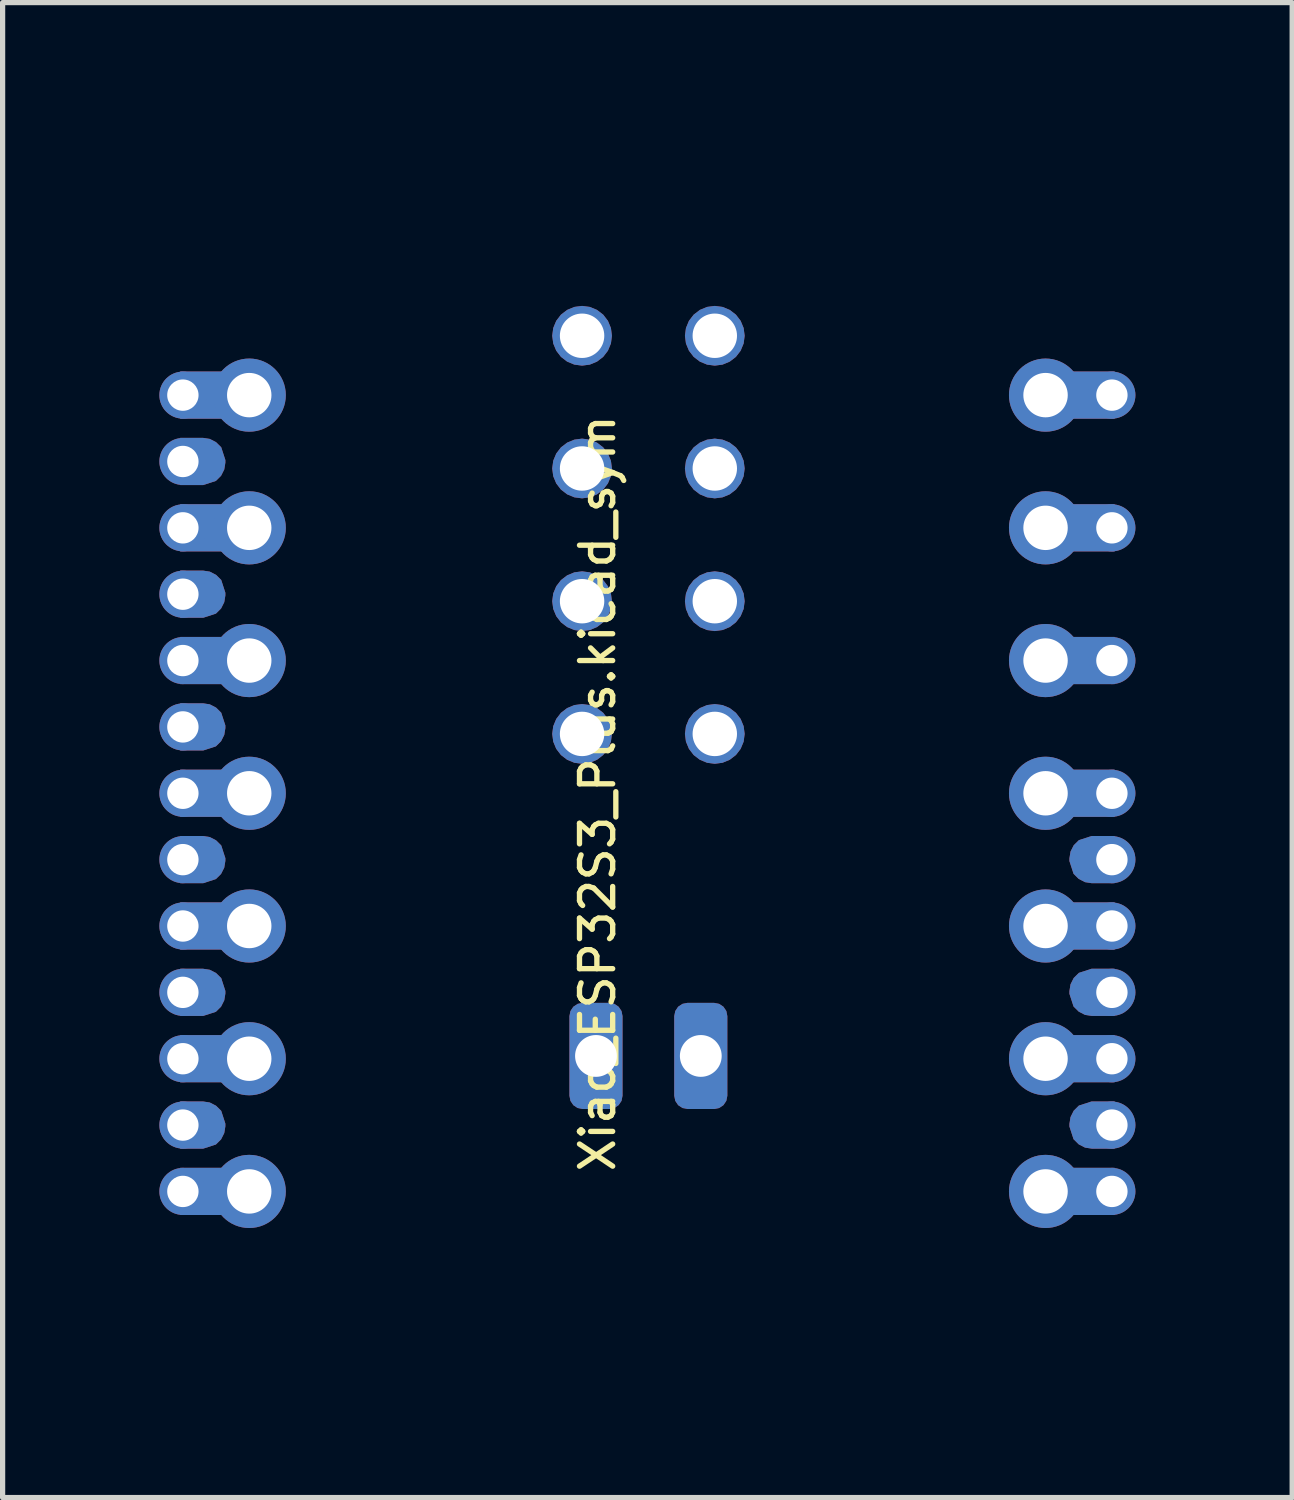
<source format=kicad_pcb>
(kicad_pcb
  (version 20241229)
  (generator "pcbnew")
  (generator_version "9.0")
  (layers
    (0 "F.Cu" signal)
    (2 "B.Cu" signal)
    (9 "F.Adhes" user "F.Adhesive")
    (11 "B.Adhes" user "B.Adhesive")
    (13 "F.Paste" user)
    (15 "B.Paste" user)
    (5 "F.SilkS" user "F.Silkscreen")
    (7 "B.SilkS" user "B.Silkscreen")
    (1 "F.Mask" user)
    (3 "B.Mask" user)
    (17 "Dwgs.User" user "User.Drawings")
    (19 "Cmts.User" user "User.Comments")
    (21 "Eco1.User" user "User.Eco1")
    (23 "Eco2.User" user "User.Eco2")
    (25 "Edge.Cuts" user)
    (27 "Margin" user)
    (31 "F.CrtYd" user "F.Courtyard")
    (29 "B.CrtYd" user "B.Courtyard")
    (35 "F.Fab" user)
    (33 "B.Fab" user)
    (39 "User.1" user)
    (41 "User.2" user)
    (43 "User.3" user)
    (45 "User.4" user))
  (footprint "Xiao_ESP32S3_Plus.kicad_sym"
    (layer "F.Cu")
    (at 9.34 11.618)
    (property "Reference" "Xiao_ESP32S3_Plus.kicad_sym" (at -0.953 0.514 90) (unlocked yes) (layer "F.SilkS") (effects (font (size 0.635 0.635) (thickness 0.102))))
    (attr smd)
    (fp_rect (start -8.941 -7.558) (end -8.077 -6.655) (stroke (width 0) (type default)) (fill yes) (layer "F.Cu"))
    (fp_rect (start -8.941 -5.018) (end -8.077 -4.115) (stroke (width 0) (type default)) (fill yes) (layer "F.Cu"))
    (fp_rect (start -8.941 -2.478) (end -8.077 -1.575) (stroke (width 0) (type default)) (fill yes) (layer "F.Cu"))
    (fp_rect (start -8.941 0.062) (end -8.077 0.965) (stroke (width 0) (type default)) (fill yes) (layer "F.Cu"))
    (fp_rect (start -8.941 2.602) (end -8.077 3.505) (stroke (width 0) (type default)) (fill yes) (layer "F.Cu"))
    (fp_rect (start -8.941 5.142) (end -8.077 6.045) (stroke (width 0) (type default)) (fill yes) (layer "F.Cu"))
    (fp_rect (start -8.941 7.682) (end -8.077 8.585) (stroke (width 0) (type default)) (fill yes) (layer "F.Cu"))
    (fp_rect (start 8.077 -7.558) (end 8.941 -6.655) (stroke (width 0) (type default)) (fill yes) (layer "F.Cu"))
    (fp_rect (start 8.077 -5.018) (end 8.941 -4.115) (stroke (width 0) (type default)) (fill yes) (layer "F.Cu"))
    (fp_rect (start 8.077 -2.478) (end 8.941 -1.575) (stroke (width 0) (type default)) (fill yes) (layer "F.Cu"))
    (fp_rect (start 8.077 0.062) (end 8.941 0.965) (stroke (width 0) (type default)) (fill yes) (layer "F.Cu"))
    (fp_rect (start 8.077 2.602) (end 8.941 3.505) (stroke (width 0) (type default)) (fill yes) (layer "F.Cu"))
    (fp_rect (start 8.077 5.142) (end 8.941 6.045) (stroke (width 0) (type default)) (fill yes) (layer "F.Cu"))
    (fp_rect (start 8.077 7.682) (end 8.941 8.585) (stroke (width 0) (type default)) (fill yes) (layer "F.Cu"))
    (fp_poly (pts (xy -8.375 -6.268) (xy -8.255 -6.206) (xy -8.156 -6.108) (xy -8.077 -5.864) (xy -8.077 -5.812) (xy -8.098 -5.683) (xy -8.159 -5.562) (xy -8.258 -5.464) (xy -8.501 -5.385) (xy -8.941 -5.385) (xy -8.941 -6.288) (xy -8.505 -6.288)) (stroke (width 0) (type default)) (fill yes) (layer "F.Cu"))
    (fp_poly (pts (xy -8.375 -3.728) (xy -8.255 -3.666) (xy -8.156 -3.568) (xy -8.077 -3.324) (xy -8.077 -3.272) (xy -8.098 -3.143) (xy -8.159 -3.022) (xy -8.258 -2.924) (xy -8.501 -2.845) (xy -8.941 -2.845) (xy -8.941 -3.748) (xy -8.505 -3.748)) (stroke (width 0) (type default)) (fill yes) (layer "F.Cu"))
    (fp_poly (pts (xy -8.375 -1.188) (xy -8.255 -1.126) (xy -8.156 -1.028) (xy -8.077 -0.784) (xy -8.077 -0.732) (xy -8.098 -0.603) (xy -8.159 -0.482) (xy -8.258 -0.384) (xy -8.501 -0.305) (xy -8.941 -0.305) (xy -8.941 -1.208) (xy -8.505 -1.208)) (stroke (width 0) (type default)) (fill yes) (layer "F.Cu"))
    (fp_poly (pts (xy -8.375 1.352) (xy -8.255 1.414) (xy -8.156 1.512) (xy -8.077 1.756) (xy -8.077 1.808) (xy -8.098 1.937) (xy -8.159 2.058) (xy -8.258 2.156) (xy -8.501 2.235) (xy -8.941 2.235) (xy -8.941 1.332) (xy -8.505 1.332)) (stroke (width 0) (type default)) (fill yes) (layer "F.Cu"))
    (fp_poly (pts (xy -8.375 3.892) (xy -8.255 3.954) (xy -8.156 4.052) (xy -8.077 4.296) (xy -8.077 4.348) (xy -8.098 4.477) (xy -8.159 4.598) (xy -8.258 4.696) (xy -8.501 4.775) (xy -8.941 4.775) (xy -8.941 3.872) (xy -8.505 3.872)) (stroke (width 0) (type default)) (fill yes) (layer "F.Cu"))
    (fp_poly (pts (xy -8.375 6.432) (xy -8.255 6.494) (xy -8.156 6.592) (xy -8.077 6.836) (xy -8.077 6.888) (xy -8.098 7.017) (xy -8.159 7.138) (xy -8.258 7.236) (xy -8.501 7.315) (xy -8.941 7.315) (xy -8.941 6.412) (xy -8.505 6.412)) (stroke (width 0) (type default)) (fill yes) (layer "F.Cu"))
    (fp_poly (pts (xy 8.375 2.215) (xy 8.255 2.153) (xy 8.156 2.055) (xy 8.077 1.812) (xy 8.077 1.76) (xy 8.098 1.63) (xy 8.159 1.509) (xy 8.258 1.411) (xy 8.501 1.332) (xy 8.941 1.332) (xy 8.941 2.235) (xy 8.505 2.235)) (stroke (width 0) (type default)) (fill yes) (layer "F.Cu"))
    (fp_poly (pts (xy 8.375 4.755) (xy 8.255 4.693) (xy 8.156 4.595) (xy 8.077 4.352) (xy 8.077 4.3) (xy 8.098 4.17) (xy 8.159 4.049) (xy 8.258 3.951) (xy 8.501 3.872) (xy 8.941 3.872) (xy 8.941 4.775) (xy 8.505 4.775)) (stroke (width 0) (type default)) (fill yes) (layer "F.Cu"))
    (fp_poly (pts (xy 8.375 7.295) (xy 8.255 7.233) (xy 8.156 7.135) (xy 8.077 6.892) (xy 8.077 6.84) (xy 8.098 6.71) (xy 8.159 6.589) (xy 8.258 6.491) (xy 8.501 6.412) (xy 8.941 6.412) (xy 8.941 7.315) (xy 8.505 7.315)) (stroke (width 0) (type default)) (fill yes) (layer "F.Cu"))
    (fp_rect (start -8.941 -7.558) (end -8.077 -6.655) (stroke (width 0) (type default)) (fill yes) (layer "F.Mask"))
    (fp_rect (start -8.941 -5.018) (end -8.077 -4.115) (stroke (width 0) (type default)) (fill yes) (layer "F.Mask"))
    (fp_rect (start -8.941 -2.478) (end -8.077 -1.575) (stroke (width 0) (type default)) (fill yes) (layer "F.Mask"))
    (fp_rect (start -8.941 0.062) (end -8.077 0.965) (stroke (width 0) (type default)) (fill yes) (layer "F.Mask"))
    (fp_rect (start -8.941 2.602) (end -8.077 3.505) (stroke (width 0) (type default)) (fill yes) (layer "F.Mask"))
    (fp_rect (start -8.941 5.142) (end -8.077 6.045) (stroke (width 0) (type default)) (fill yes) (layer "F.Mask"))
    (fp_rect (start -8.941 7.682) (end -8.077 8.585) (stroke (width 0) (type default)) (fill yes) (layer "F.Mask"))
    (fp_rect (start 8.077 -7.558) (end 8.941 -6.655) (stroke (width 0) (type default)) (fill yes) (layer "F.Mask"))
    (fp_rect (start 8.077 -5.018) (end 8.941 -4.115) (stroke (width 0) (type default)) (fill yes) (layer "F.Mask"))
    (fp_rect (start 8.077 -2.478) (end 8.941 -1.575) (stroke (width 0) (type default)) (fill yes) (layer "F.Mask"))
    (fp_rect (start 8.077 0.062) (end 8.941 0.965) (stroke (width 0) (type default)) (fill yes) (layer "F.Mask"))
    (fp_rect (start 8.077 2.602) (end 8.941 3.505) (stroke (width 0) (type default)) (fill yes) (layer "F.Mask"))
    (fp_rect (start 8.077 5.142) (end 8.941 6.045) (stroke (width 0) (type default)) (fill yes) (layer "F.Mask"))
    (fp_rect (start 8.077 7.682) (end 8.941 8.585) (stroke (width 0) (type default)) (fill yes) (layer "F.Mask"))
    (fp_poly (pts (xy -8.375 -6.268) (xy -8.255 -6.206) (xy -8.156 -6.108) (xy -8.077 -5.864) (xy -8.077 -5.812) (xy -8.098 -5.683) (xy -8.159 -5.562) (xy -8.258 -5.464) (xy -8.501 -5.385) (xy -8.941 -5.385) (xy -8.941 -6.288) (xy -8.505 -6.288)) (stroke (width 0) (type default)) (fill yes) (layer "F.Mask"))
    (fp_poly (pts (xy -8.375 -3.728) (xy -8.255 -3.666) (xy -8.156 -3.568) (xy -8.077 -3.324) (xy -8.077 -3.272) (xy -8.098 -3.143) (xy -8.159 -3.022) (xy -8.258 -2.924) (xy -8.501 -2.845) (xy -8.941 -2.845) (xy -8.941 -3.748) (xy -8.505 -3.748)) (stroke (width 0) (type default)) (fill yes) (layer "F.Mask"))
    (fp_poly (pts (xy -8.375 -1.188) (xy -8.255 -1.126) (xy -8.156 -1.028) (xy -8.077 -0.784) (xy -8.077 -0.732) (xy -8.098 -0.603) (xy -8.159 -0.482) (xy -8.258 -0.384) (xy -8.501 -0.305) (xy -8.941 -0.305) (xy -8.941 -1.208) (xy -8.505 -1.208)) (stroke (width 0) (type default)) (fill yes) (layer "F.Mask"))
    (fp_poly (pts (xy -8.375 1.352) (xy -8.255 1.414) (xy -8.156 1.512) (xy -8.077 1.756) (xy -8.077 1.808) (xy -8.098 1.937) (xy -8.159 2.058) (xy -8.258 2.156) (xy -8.501 2.235) (xy -8.941 2.235) (xy -8.941 1.332) (xy -8.505 1.332)) (stroke (width 0) (type default)) (fill yes) (layer "F.Mask"))
    (fp_poly (pts (xy -8.375 3.892) (xy -8.255 3.954) (xy -8.156 4.052) (xy -8.077 4.296) (xy -8.077 4.348) (xy -8.098 4.477) (xy -8.159 4.598) (xy -8.258 4.696) (xy -8.501 4.775) (xy -8.941 4.775) (xy -8.941 3.872) (xy -8.505 3.872)) (stroke (width 0) (type default)) (fill yes) (layer "F.Mask"))
    (fp_poly (pts (xy -8.375 6.432) (xy -8.255 6.494) (xy -8.156 6.592) (xy -8.077 6.836) (xy -8.077 6.888) (xy -8.098 7.017) (xy -8.159 7.138) (xy -8.258 7.236) (xy -8.501 7.315) (xy -8.941 7.315) (xy -8.941 6.412) (xy -8.505 6.412)) (stroke (width 0) (type default)) (fill yes) (layer "F.Mask"))
    (fp_poly (pts (xy 8.375 2.215) (xy 8.255 2.153) (xy 8.156 2.055) (xy 8.077 1.812) (xy 8.077 1.76) (xy 8.098 1.63) (xy 8.159 1.509) (xy 8.258 1.411) (xy 8.501 1.332) (xy 8.941 1.332) (xy 8.941 2.235) (xy 8.505 2.235)) (stroke (width 0) (type default)) (fill yes) (layer "F.Mask"))
    (fp_poly (pts (xy 8.375 4.755) (xy 8.255 4.693) (xy 8.156 4.595) (xy 8.077 4.352) (xy 8.077 4.3) (xy 8.098 4.17) (xy 8.159 4.049) (xy 8.258 3.951) (xy 8.501 3.872) (xy 8.941 3.872) (xy 8.941 4.775) (xy 8.505 4.775)) (stroke (width 0) (type default)) (fill yes) (layer "F.Mask"))
    (fp_poly (pts (xy 8.375 7.295) (xy 8.255 7.233) (xy 8.156 7.135) (xy 8.077 6.892) (xy 8.077 6.84) (xy 8.098 6.71) (xy 8.159 6.589) (xy 8.258 6.491) (xy 8.501 6.412) (xy 8.941 6.412) (xy 8.941 7.315) (xy 8.505 7.315)) (stroke (width 0) (type default)) (fill yes) (layer "F.Mask"))
    (fp_rect (start -8.941 -7.558) (end -8.077 -6.655) (stroke (width 0) (type default)) (fill yes) (layer "B.Cu"))
    (fp_rect (start -8.941 -5.018) (end -8.077 -4.115) (stroke (width 0) (type default)) (fill yes) (layer "B.Cu"))
    (fp_rect (start -8.941 -2.478) (end -8.077 -1.575) (stroke (width 0) (type default)) (fill yes) (layer "B.Cu"))
    (fp_rect (start -8.941 0.062) (end -8.077 0.965) (stroke (width 0) (type default)) (fill yes) (layer "B.Cu"))
    (fp_rect (start -8.941 2.602) (end -8.077 3.505) (stroke (width 0) (type default)) (fill yes) (layer "B.Cu"))
    (fp_rect (start -8.941 5.142) (end -8.077 6.045) (stroke (width 0) (type default)) (fill yes) (layer "B.Cu"))
    (fp_rect (start -8.941 7.682) (end -8.077 8.585) (stroke (width 0) (type default)) (fill yes) (layer "B.Cu"))
    (fp_rect (start 8.077 -7.558) (end 8.941 -6.655) (stroke (width 0) (type default)) (fill yes) (layer "B.Cu"))
    (fp_rect (start 8.077 -5.018) (end 8.941 -4.115) (stroke (width 0) (type default)) (fill yes) (layer "B.Cu"))
    (fp_rect (start 8.077 -2.478) (end 8.941 -1.575) (stroke (width 0) (type default)) (fill yes) (layer "B.Cu"))
    (fp_rect (start 8.077 0.062) (end 8.941 0.965) (stroke (width 0) (type default)) (fill yes) (layer "B.Cu"))
    (fp_rect (start 8.077 2.602) (end 8.941 3.505) (stroke (width 0) (type default)) (fill yes) (layer "B.Cu"))
    (fp_rect (start 8.077 5.142) (end 8.941 6.045) (stroke (width 0) (type default)) (fill yes) (layer "B.Cu"))
    (fp_rect (start 8.077 7.682) (end 8.941 8.585) (stroke (width 0) (type default)) (fill yes) (layer "B.Cu"))
    (fp_poly (pts (xy -8.375 -6.268) (xy -8.255 -6.206) (xy -8.156 -6.108) (xy -8.077 -5.864) (xy -8.077 -5.812) (xy -8.098 -5.683) (xy -8.159 -5.562) (xy -8.258 -5.464) (xy -8.501 -5.385) (xy -8.941 -5.385) (xy -8.941 -6.288) (xy -8.505 -6.288)) (stroke (width 0) (type default)) (fill yes) (layer "B.Cu"))
    (fp_poly (pts (xy -8.375 -3.728) (xy -8.255 -3.666) (xy -8.156 -3.568) (xy -8.077 -3.324) (xy -8.077 -3.272) (xy -8.098 -3.143) (xy -8.159 -3.022) (xy -8.258 -2.924) (xy -8.501 -2.845) (xy -8.941 -2.845) (xy -8.941 -3.748) (xy -8.505 -3.748)) (stroke (width 0) (type default)) (fill yes) (layer "B.Cu"))
    (fp_poly (pts (xy -8.375 -1.188) (xy -8.255 -1.126) (xy -8.156 -1.028) (xy -8.077 -0.784) (xy -8.077 -0.732) (xy -8.098 -0.603) (xy -8.159 -0.482) (xy -8.258 -0.384) (xy -8.501 -0.305) (xy -8.941 -0.305) (xy -8.941 -1.208) (xy -8.505 -1.208)) (stroke (width 0) (type default)) (fill yes) (layer "B.Cu"))
    (fp_poly (pts (xy -8.375 1.352) (xy -8.255 1.414) (xy -8.156 1.512) (xy -8.077 1.756) (xy -8.077 1.808) (xy -8.098 1.937) (xy -8.159 2.058) (xy -8.258 2.156) (xy -8.501 2.235) (xy -8.941 2.235) (xy -8.941 1.332) (xy -8.505 1.332)) (stroke (width 0) (type default)) (fill yes) (layer "B.Cu"))
    (fp_poly (pts (xy -8.375 3.892) (xy -8.255 3.954) (xy -8.156 4.052) (xy -8.077 4.296) (xy -8.077 4.348) (xy -8.098 4.477) (xy -8.159 4.598) (xy -8.258 4.696) (xy -8.501 4.775) (xy -8.941 4.775) (xy -8.941 3.872) (xy -8.505 3.872)) (stroke (width 0) (type default)) (fill yes) (layer "B.Cu"))
    (fp_poly (pts (xy -8.375 6.432) (xy -8.255 6.494) (xy -8.156 6.592) (xy -8.077 6.836) (xy -8.077 6.888) (xy -8.098 7.017) (xy -8.159 7.138) (xy -8.258 7.236) (xy -8.501 7.315) (xy -8.941 7.315) (xy -8.941 6.412) (xy -8.505 6.412)) (stroke (width 0) (type default)) (fill yes) (layer "B.Cu"))
    (fp_poly (pts (xy 8.375 2.215) (xy 8.255 2.153) (xy 8.156 2.055) (xy 8.077 1.812) (xy 8.077 1.76) (xy 8.098 1.63) (xy 8.159 1.509) (xy 8.258 1.411) (xy 8.501 1.332) (xy 8.941 1.332) (xy 8.941 2.235) (xy 8.505 2.235)) (stroke (width 0) (type default)) (fill yes) (layer "B.Cu"))
    (fp_poly (pts (xy 8.375 4.755) (xy 8.255 4.693) (xy 8.156 4.595) (xy 8.077 4.352) (xy 8.077 4.3) (xy 8.098 4.17) (xy 8.159 4.049) (xy 8.258 3.951) (xy 8.501 3.872) (xy 8.941 3.872) (xy 8.941 4.775) (xy 8.505 4.775)) (stroke (width 0) (type default)) (fill yes) (layer "B.Cu"))
    (fp_poly (pts (xy 8.375 7.295) (xy 8.255 7.233) (xy 8.156 7.135) (xy 8.077 6.892) (xy 8.077 6.84) (xy 8.098 6.71) (xy 8.159 6.589) (xy 8.258 6.491) (xy 8.501 6.412) (xy 8.941 6.412) (xy 8.941 7.315) (xy 8.505 7.315)) (stroke (width 0) (type default)) (fill yes) (layer "B.Cu"))
    (fp_rect (start -8.941 -7.558) (end -8.077 -6.655) (stroke (width 0) (type default)) (fill yes) (layer "B.Mask"))
    (fp_rect (start -8.941 -5.018) (end -8.077 -4.115) (stroke (width 0) (type default)) (fill yes) (layer "B.Mask"))
    (fp_rect (start -8.941 -2.478) (end -8.077 -1.575) (stroke (width 0) (type default)) (fill yes) (layer "B.Mask"))
    (fp_rect (start -8.941 0.062) (end -8.077 0.965) (stroke (width 0) (type default)) (fill yes) (layer "B.Mask"))
    (fp_rect (start -8.941 2.602) (end -8.077 3.505) (stroke (width 0) (type default)) (fill yes) (layer "B.Mask"))
    (fp_rect (start -8.941 5.142) (end -8.077 6.045) (stroke (width 0) (type default)) (fill yes) (layer "B.Mask"))
    (fp_rect (start -8.941 7.682) (end -8.077 8.585) (stroke (width 0) (type default)) (fill yes) (layer "B.Mask"))
    (fp_rect (start 8.077 -7.558) (end 8.941 -6.655) (stroke (width 0) (type default)) (fill yes) (layer "B.Mask"))
    (fp_rect (start 8.077 -5.018) (end 8.941 -4.115) (stroke (width 0) (type default)) (fill yes) (layer "B.Mask"))
    (fp_rect (start 8.077 -2.478) (end 8.941 -1.575) (stroke (width 0) (type default)) (fill yes) (layer "B.Mask"))
    (fp_rect (start 8.077 0.062) (end 8.941 0.965) (stroke (width 0) (type default)) (fill yes) (layer "B.Mask"))
    (fp_rect (start 8.077 2.602) (end 8.941 3.505) (stroke (width 0) (type default)) (fill yes) (layer "B.Mask"))
    (fp_rect (start 8.077 5.142) (end 8.941 6.045) (stroke (width 0) (type default)) (fill yes) (layer "B.Mask"))
    (fp_rect (start 8.077 7.682) (end 8.941 8.585) (stroke (width 0) (type default)) (fill yes) (layer "B.Mask"))
    (fp_poly (pts (xy -8.375 -6.268) (xy -8.255 -6.206) (xy -8.156 -6.108) (xy -8.077 -5.864) (xy -8.077 -5.812) (xy -8.098 -5.683) (xy -8.159 -5.562) (xy -8.258 -5.464) (xy -8.501 -5.385) (xy -8.941 -5.385) (xy -8.941 -6.288) (xy -8.505 -6.288)) (stroke (width 0) (type default)) (fill yes) (layer "B.Mask"))
    (fp_poly (pts (xy -8.375 -3.728) (xy -8.255 -3.666) (xy -8.156 -3.568) (xy -8.077 -3.324) (xy -8.077 -3.272) (xy -8.098 -3.143) (xy -8.159 -3.022) (xy -8.258 -2.924) (xy -8.501 -2.845) (xy -8.941 -2.845) (xy -8.941 -3.748) (xy -8.505 -3.748)) (stroke (width 0) (type default)) (fill yes) (layer "B.Mask"))
    (fp_poly (pts (xy -8.375 -1.188) (xy -8.255 -1.126) (xy -8.156 -1.028) (xy -8.077 -0.784) (xy -8.077 -0.732) (xy -8.098 -0.603) (xy -8.159 -0.482) (xy -8.258 -0.384) (xy -8.501 -0.305) (xy -8.941 -0.305) (xy -8.941 -1.208) (xy -8.505 -1.208)) (stroke (width 0) (type default)) (fill yes) (layer "B.Mask"))
    (fp_poly (pts (xy -8.375 1.352) (xy -8.255 1.414) (xy -8.156 1.512) (xy -8.077 1.756) (xy -8.077 1.808) (xy -8.098 1.937) (xy -8.159 2.058) (xy -8.258 2.156) (xy -8.501 2.235) (xy -8.941 2.235) (xy -8.941 1.332) (xy -8.505 1.332)) (stroke (width 0) (type default)) (fill yes) (layer "B.Mask"))
    (fp_poly (pts (xy -8.375 3.892) (xy -8.255 3.954) (xy -8.156 4.052) (xy -8.077 4.296) (xy -8.077 4.348) (xy -8.098 4.477) (xy -8.159 4.598) (xy -8.258 4.696) (xy -8.501 4.775) (xy -8.941 4.775) (xy -8.941 3.872) (xy -8.505 3.872)) (stroke (width 0) (type default)) (fill yes) (layer "B.Mask"))
    (fp_poly (pts (xy -8.375 6.432) (xy -8.255 6.494) (xy -8.156 6.592) (xy -8.077 6.836) (xy -8.077 6.888) (xy -8.098 7.017) (xy -8.159 7.138) (xy -8.258 7.236) (xy -8.501 7.315) (xy -8.941 7.315) (xy -8.941 6.412) (xy -8.505 6.412)) (stroke (width 0) (type default)) (fill yes) (layer "B.Mask"))
    (fp_poly (pts (xy 8.375 2.215) (xy 8.255 2.153) (xy 8.156 2.055) (xy 8.077 1.812) (xy 8.077 1.76) (xy 8.098 1.63) (xy 8.159 1.509) (xy 8.258 1.411) (xy 8.501 1.332) (xy 8.941 1.332) (xy 8.941 2.235) (xy 8.505 2.235)) (stroke (width 0) (type default)) (fill yes) (layer "B.Mask"))
    (fp_poly (pts (xy 8.375 4.755) (xy 8.255 4.693) (xy 8.156 4.595) (xy 8.077 4.352) (xy 8.077 4.3) (xy 8.098 4.17) (xy 8.159 4.049) (xy 8.258 3.951) (xy 8.501 3.872) (xy 8.941 3.872) (xy 8.941 4.775) (xy 8.505 4.775)) (stroke (width 0) (type default)) (fill yes) (layer "B.Mask"))
    (fp_poly (pts (xy 8.375 7.295) (xy 8.255 7.233) (xy 8.156 7.135) (xy 8.077 6.892) (xy 8.077 6.84) (xy 8.098 6.71) (xy 8.159 6.589) (xy 8.258 6.491) (xy 8.501 6.412) (xy 8.941 6.412) (xy 8.941 7.315) (xy 8.505 7.315)) (stroke (width 0) (type default)) (fill yes) (layer "B.Mask"))
    (fp_line (start -8.87 9.083) (end -8.87 -8.242) (stroke (width 0.01) (type solid)) (layer "User.1"))
    (fp_line (start -6.965 10.988) (end 7.005 10.988) (stroke (width 0.01) (type solid)) (layer "User.1"))
    (fp_line (start -4.485 -11.568) (end 4.516 -11.568) (stroke (width 0.1) (type default)) (layer "User.1"))
    (fp_line (start -4.485 -10.066) (end -4.485 -11.568) (stroke (width 0.1) (type default)) (layer "User.1"))
    (fp_line (start 4.516 -11.568) (end 4.516 -10.056) (stroke (width 0.1) (type default)) (layer "User.1"))
    (fp_line (start 4.516 -10.056) (end -4.485 -10.056) (stroke (width 0.1) (type default)) (layer "User.1"))
    (fp_line (start 7.005 -10.147) (end -6.965 -10.147) (stroke (width 0.01) (type solid)) (layer "User.1"))
    (fp_line (start 8.91 9.083) (end 8.91 -8.242) (stroke (width 0.01) (type solid)) (layer "User.1"))
    (fp_rect (start -3.81 -11.551) (end 3.81 -5.201) (stroke (width 0.076) (type default)) (fill no) (layer "User.1"))
    (fp_arc (start -8.87 -8.242383) (mid -8.312038 -9.589421) (end -6.965 -10.147383) (stroke (width 0.01) (type solid)) (layer "User.1"))
    (fp_arc (start -6.965 10.987617) (mid -8.312038 10.429655) (end -8.87 9.082617) (stroke (width 0.01) (type solid)) (layer "User.1"))
    (fp_arc (start 7.005 -10.147383) (mid 8.352038 -9.589421) (end 8.91 -8.242383) (stroke (width 0.01) (type solid)) (layer "User.1"))
    (fp_arc (start 8.91 9.082617) (mid 8.352038 10.429655) (end 7.005 10.987617) (stroke (width 0.01) (type solid)) (layer "User.1"))
    (pad "1" thru_hole circle (at -8.89 -7.106 270) (size 0.9 0.9) (drill 0.6) (layers "*.Cu" "*.Mask"))
    (pad "1" thru_hole circle (at -7.62 -7.106) (size 1.4 1.4) (drill 0.85) (layers "*.Cu" "*.Mask"))
    (pad "2" thru_hole circle (at -8.89 -4.566 270) (size 0.9 0.9) (drill 0.6) (layers "*.Cu" "*.Mask"))
    (pad "2" thru_hole circle (at -7.62 -4.566) (size 1.4 1.4) (drill 0.85) (layers "*.Cu" "*.Mask"))
    (pad "3" thru_hole circle (at -8.89 -2.026 270) (size 0.9 0.9) (drill 0.6) (layers "*.Cu" "*.Mask"))
    (pad "3" thru_hole circle (at -7.62 -2.026) (size 1.4 1.4) (drill 0.85) (layers "*.Cu" "*.Mask"))
    (pad "4" thru_hole circle (at -8.89 0.514 270) (size 0.9 0.9) (drill 0.6) (layers "*.Cu" "*.Mask"))
    (pad "4" thru_hole circle (at -7.62 0.514) (size 1.4 1.4) (drill 0.85) (layers "*.Cu" "*.Mask"))
    (pad "5" thru_hole circle (at -8.89 3.054 270) (size 0.9 0.9) (drill 0.6) (layers "*.Cu" "*.Mask"))
    (pad "5" thru_hole circle (at -7.62 3.054) (size 1.4 1.4) (drill 0.85) (layers "*.Cu" "*.Mask"))
    (pad "6" thru_hole circle (at -8.89 5.594 270) (size 0.9 0.9) (drill 0.6) (layers "*.Cu" "*.Mask"))
    (pad "6" thru_hole circle (at -7.62 5.594) (size 1.4 1.4) (drill 0.85) (layers "*.Cu" "*.Mask"))
    (pad "7" thru_hole circle (at -8.89 8.134 270) (size 0.9 0.9) (drill 0.6) (layers "*.Cu" "*.Mask"))
    (pad "7" thru_hole circle (at -7.62 8.134) (size 1.4 1.4) (drill 0.85) (layers "*.Cu" "*.Mask"))
    (pad "8" thru_hole circle (at 7.62 8.134 180) (size 1.4 1.4) (drill 0.85) (layers "*.Cu" "*.Mask"))
    (pad "8" thru_hole circle (at 8.89 8.134 90) (size 0.9 0.9) (drill 0.6) (layers "*.Cu" "*.Mask"))
    (pad "9" thru_hole circle (at 7.62 5.594 180) (size 1.4 1.4) (drill 0.85) (layers "*.Cu" "*.Mask"))
    (pad "9" thru_hole circle (at 8.89 5.594 90) (size 0.9 0.9) (drill 0.6) (layers "*.Cu" "*.Mask"))
    (pad "10" thru_hole circle (at 7.62 3.054 180) (size 1.4 1.4) (drill 0.85) (layers "*.Cu" "*.Mask"))
    (pad "10" thru_hole circle (at 8.89 3.054 90) (size 0.9 0.9) (drill 0.6) (layers "*.Cu" "*.Mask"))
    (pad "11" thru_hole circle (at 7.62 0.514 180) (size 1.4 1.4) (drill 0.85) (layers "*.Cu" "*.Mask"))
    (pad "11" thru_hole circle (at 8.89 0.514 90) (size 0.9 0.9) (drill 0.6) (layers "*.Cu" "*.Mask"))
    (pad "12" thru_hole circle (at 7.62 -2.026 180) (size 1.4 1.4) (drill 0.85) (layers "*.Cu" "*.Mask"))
    (pad "12" thru_hole circle (at 8.89 -2.026 90) (size 0.9 0.9) (drill 0.6) (layers "*.Cu" "*.Mask"))
    (pad "13" thru_hole circle (at 7.62 -4.566 180) (size 1.4 1.4) (drill 0.85) (layers "*.Cu" "*.Mask"))
    (pad "13" thru_hole circle (at 8.89 -4.566 90) (size 0.9 0.9) (drill 0.6) (layers "*.Cu" "*.Mask"))
    (pad "14" thru_hole circle (at 7.62 -7.106 180) (size 1.4 1.4) (drill 0.85) (layers "*.Cu" "*.Mask"))
    (pad "14" thru_hole circle (at 8.89 -7.106 90) (size 0.9 0.9) (drill 0.6) (layers "*.Cu" "*.Mask"))
    (pad "15" thru_hole circle (at -8.89 -5.836 270) (size 0.9 0.9) (drill 0.6) (layers "*.Cu" "*.Mask"))
    (pad "16" thru_hole circle (at -8.89 -3.296 270) (size 0.9 0.9) (drill 0.6) (layers "*.Cu" "*.Mask"))
    (pad "17" thru_hole circle (at -8.89 -0.756 270) (size 0.9 0.9) (drill 0.6) (layers "*.Cu" "*.Mask"))
    (pad "18" thru_hole circle (at -8.89 1.784 270) (size 0.9 0.9) (drill 0.6) (layers "*.Cu" "*.Mask"))
    (pad "19" thru_hole circle (at -8.89 4.324 270) (size 0.9 0.9) (drill 0.6) (layers "*.Cu" "*.Mask"))
    (pad "20" thru_hole circle (at -8.89 6.864 270) (size 0.9 0.9) (drill 0.6) (layers "*.Cu" "*.Mask"))
    (pad "21" thru_hole circle (at 8.89 6.864 90) (size 0.9 0.9) (drill 0.6) (layers "*.Cu" "*.Mask"))
    (pad "22" thru_hole circle (at 8.89 4.324 90) (size 0.9 0.9) (drill 0.6) (layers "*.Cu" "*.Mask"))
    (pad "23" thru_hole circle (at 8.89 1.784 90) (size 0.9 0.9) (drill 0.6) (layers "*.Cu" "*.Mask"))
    (pad "24" thru_hole roundrect (at -0.984 5.541 270) (size 2.032 1.016) (drill 0.8) (layers "*.Cu" "*.Mask") (roundrect_rratio 0.25))
    (pad "25" thru_hole roundrect (at 1.022 5.541 270) (size 2.032 1.016) (drill 0.8) (layers "*.Cu" "*.Mask") (roundrect_rratio 0.25))
    (pad "26" thru_hole roundrect (at -1.25 -8.242 180) (size 1.143 1.143) (drill 0.85) (layers "*.Cu" "*.Mask") (roundrect_rratio 0.5))
    (pad "27" thru_hole roundrect (at -1.25 -5.702 270) (size 1.143 1.143) (drill 0.85) (layers "*.Cu" "*.Mask") (roundrect_rratio 0.5))
    (pad "28" thru_hole roundrect (at -1.25 -3.162 180) (size 1.143 1.143) (drill 0.85) (layers "*.Cu" "*.Mask") (roundrect_rratio 0.5))
    (pad "29" thru_hole roundrect (at -1.25 -0.622 180) (size 1.143 1.143) (drill 0.85) (layers "*.Cu" "*.Mask") (roundrect_rratio 0.5))
    (pad "30" thru_hole roundrect (at 1.29 -0.622 180) (size 1.143 1.143) (drill 0.85) (layers "*.Cu" "*.Mask") (roundrect_rratio 0.5))
    (pad "31" thru_hole roundrect (at 1.29 -3.162 270) (size 1.143 1.143) (drill 0.85) (layers "*.Cu" "*.Mask") (roundrect_rratio 0.5))
    (pad "32" thru_hole roundrect (at 1.29 -5.702 270) (size 1.143 1.143) (drill 0.85) (layers "*.Cu" "*.Mask") (roundrect_rratio 0.5))
    (pad "33" thru_hole roundrect (at 1.29 -8.242 270) (size 1.143 1.143) (drill 0.85) (layers "*.Cu" "*.Mask") (roundrect_rratio 0.5)))
  (gr_rect
    (start -3 -3)
    (end 21.68 25.611)
    (stroke (width 0.1) (type default))
    (fill no)
    (layer "Edge.Cuts")))
</source>
